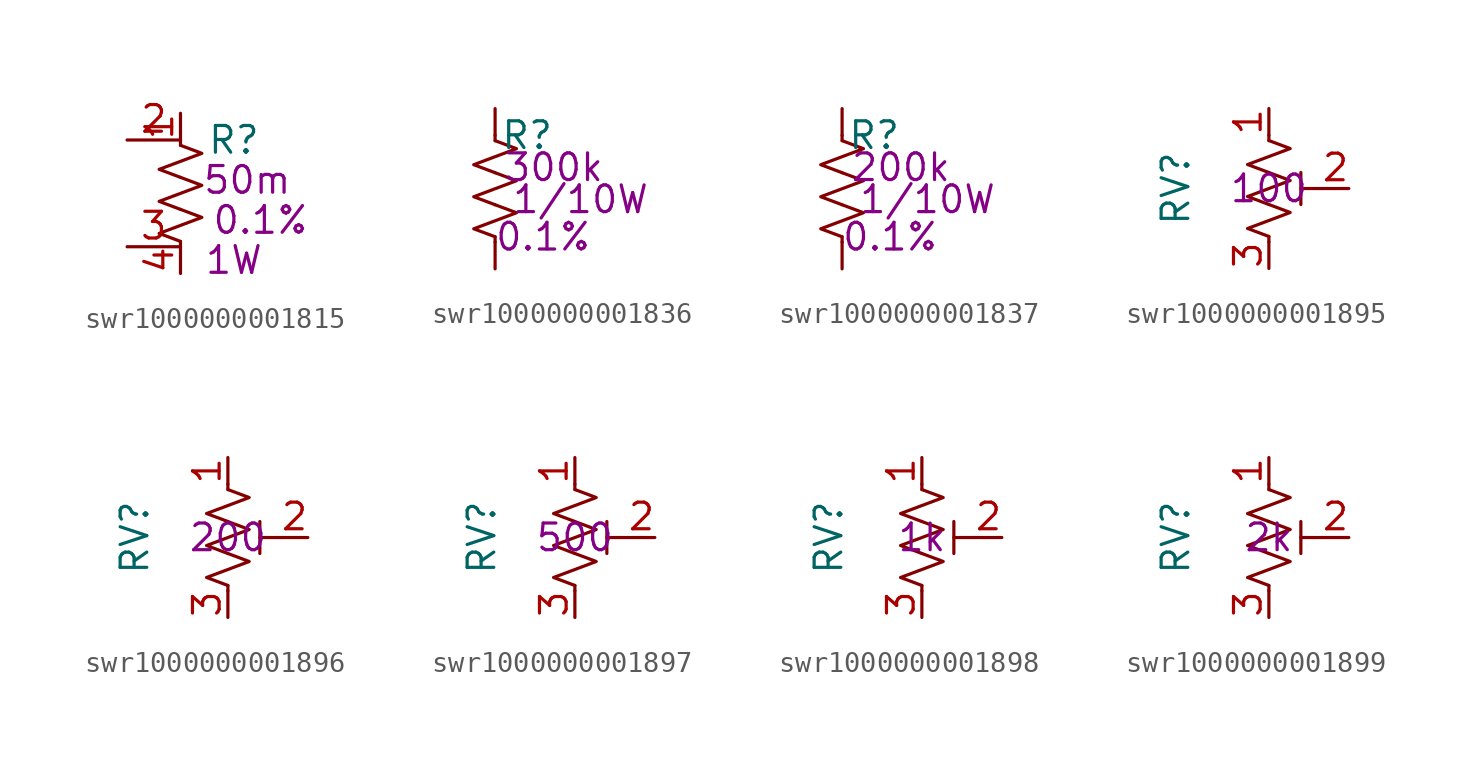
<source format=kicad_sym>
(kicad_symbol_lib
  (version 20211014)
  (generator kicad_symbol_editor)
  (symbol "swr1000000001815"
    (pin_names
      (offset 1.016))
    (property "Reference" "R"
      (at 2.54 2.54 0)
      (effects (font (size 1.27 1.27))))
    (property "Tolerance" "0.1%"
      (at 3.81 -1.27 0)
      (effects (font (size 1.27 1.27))))
    (property "Wattage" "1W"
      (at 2.54 -3.175 0)
      (effects (font (size 1.27 1.27))))
    (property "PartValue" "50m"
      (at 3.175 0.635 0)
      (effects (font (size 1.27 1.27))))
    (symbol "swr1000000001815_1_1"
      (polyline (pts (xy 0 -2.286) (xy 0 -2.54)) (stroke (width 0) (type default) (color 0 0 0 0)) (fill (type none)))
      (polyline (pts (xy 0 2.286) (xy 0 2.54)) (stroke (width 0) (type default) (color 0 0 0 0)) (fill (type none)))
      (polyline (pts (xy 0 -0.762) (xy 1.016 -1.143) (xy 0 -1.524) (xy -1.016 -1.905) (xy 0 -2.286)) (stroke (width 0) (type default) (color 0 0 0 0)) (fill (type none)))
      (polyline (pts (xy 0 0.762) (xy 1.016 0.381) (xy 0 0) (xy -1.016 -0.381) (xy 0 -0.762)) (stroke (width 0) (type default) (color 0 0 0 0)) (fill (type none)))
      (polyline (pts (xy 0 2.286) (xy 1.016 1.905) (xy 0 1.524) (xy -1.016 1.143) (xy 0 0.762)) (stroke (width 0) (type default) (color 0 0 0 0)) (fill (type none)))
      (pin passive line (at 0 3.81 270) (length 1.27) (name "~" (effects (font (size 1.27 1.27)))) (number "1" (effects (font (size 1.27 1.27)))))
      (pin passive line (at -2.54 2.54 0) (length 2.54) (name "~" (effects (font (size 1.27 1.27)))) (number "2" (effects (font (size 1.27 1.27)))))
      (pin passive line (at -2.54 -2.54 0) (length 2.54) (name "~" (effects (font (size 1.27 1.27)))) (number "3" (effects (font (size 1.27 1.27)))))
      (pin passive line (at 0 -3.81 90) (length 1.27) (name "~" (effects (font (size 1.27 1.27)))) (number "4" (effects (font (size 1.27 1.27)))))))
  (symbol "swr1000000001836"
    (pin_numbers hide)
    (pin_names
      (offset 1.016))
    (property "Reference" "R"
      (at 1.524 2.54 0)
      (effects (font (size 1.27 1.27))))
    (property "Tolerance" "0.1%"
      (at 2.286 -2.286 0)
      (effects (font (size 1.27 1.27))))
    (property "Wattage" "1/10W"
      (at 4.064 -0.508 0)
      (effects (font (size 1.27 1.27))))
    (property "PartValue" "300k"
      (at 2.794 1.016 0)
      (effects (font (size 1.27 1.27))))
    (symbol "swr1000000001836_1_1"
      (polyline (pts (xy 0 -2.286) (xy 0 -2.54)) (stroke (width 0) (type default) (color 0 0 0 0)) (fill (type none)))
      (polyline (pts (xy 0 2.286) (xy 0 2.54)) (stroke (width 0) (type default) (color 0 0 0 0)) (fill (type none)))
      (polyline (pts (xy 0 -0.762) (xy 1.016 -1.143) (xy 0 -1.524) (xy -1.016 -1.905) (xy 0 -2.286)) (stroke (width 0) (type default) (color 0 0 0 0)) (fill (type none)))
      (polyline (pts (xy 0 0.762) (xy 1.016 0.381) (xy 0 0) (xy -1.016 -0.381) (xy 0 -0.762)) (stroke (width 0) (type default) (color 0 0 0 0)) (fill (type none)))
      (polyline (pts (xy 0 2.286) (xy 1.016 1.905) (xy 0 1.524) (xy -1.016 1.143) (xy 0 0.762)) (stroke (width 0) (type default) (color 0 0 0 0)) (fill (type none)))
      (pin passive line (at 0 3.81 270) (length 1.27) (name "~" (effects (font (size 1.27 1.27)))) (number "1" (effects (font (size 1.27 1.27)))))
      (pin passive line (at 0 -3.81 90) (length 1.27) (name "~" (effects (font (size 1.27 1.27)))) (number "2" (effects (font (size 1.27 1.27)))))))
  (symbol "swr1000000001837"
    (pin_numbers hide)
    (pin_names
      (offset 1.016))
    (property "Reference" "R"
      (at 1.524 2.54 0)
      (effects (font (size 1.27 1.27))))
    (property "Tolerance" "0.1%"
      (at 2.286 -2.286 0)
      (effects (font (size 1.27 1.27))))
    (property "Wattage" "1/10W"
      (at 4.064 -0.508 0)
      (effects (font (size 1.27 1.27))))
    (property "PartValue" "200k"
      (at 2.794 1.016 0)
      (effects (font (size 1.27 1.27))))
    (symbol "swr1000000001837_1_1"
      (polyline (pts (xy 0 -2.286) (xy 0 -2.54)) (stroke (width 0) (type default) (color 0 0 0 0)) (fill (type none)))
      (polyline (pts (xy 0 2.286) (xy 0 2.54)) (stroke (width 0) (type default) (color 0 0 0 0)) (fill (type none)))
      (polyline (pts (xy 0 -0.762) (xy 1.016 -1.143) (xy 0 -1.524) (xy -1.016 -1.905) (xy 0 -2.286)) (stroke (width 0) (type default) (color 0 0 0 0)) (fill (type none)))
      (polyline (pts (xy 0 0.762) (xy 1.016 0.381) (xy 0 0) (xy -1.016 -0.381) (xy 0 -0.762)) (stroke (width 0) (type default) (color 0 0 0 0)) (fill (type none)))
      (polyline (pts (xy 0 2.286) (xy 1.016 1.905) (xy 0 1.524) (xy -1.016 1.143) (xy 0 0.762)) (stroke (width 0) (type default) (color 0 0 0 0)) (fill (type none)))
      (pin passive line (at 0 3.81 270) (length 1.27) (name "~" (effects (font (size 1.27 1.27)))) (number "1" (effects (font (size 1.27 1.27)))))
      (pin passive line (at 0 -3.81 90) (length 1.27) (name "~" (effects (font (size 1.27 1.27)))) (number "2" (effects (font (size 1.27 1.27)))))))
  (symbol "swr1000000001895"
    (pin_names
      (offset 1.016) hide)
    (property "Reference" "RV"
      (at -4.445 0 90)
      (effects (font (size 1.27 1.27))))
    (property "Field4" "100"
      (at 0 0 0)
      (effects (font (size 1.27 1.27))))
    (symbol "swr1000000001895_0_1"
      (polyline (pts (xy 0 -2.286) (xy 0 -2.54)) (stroke (width 0) (type default) (color 0 0 0 0)) (fill (type none)))
      (polyline (pts (xy 0 2.286) (xy 0 2.54)) (stroke (width 0) (type default) (color 0 0 0 0)) (fill (type none)))
      (polyline (pts (xy 1.524 0.762) (xy 1.524 -0.762)) (stroke (width 0) (type default) (color 0 0 0 0)) (fill (type none)))
      (polyline (pts (xy 2.54 0) (xy 1.524 0)) (stroke (width 0) (type default) (color 0 0 0 0)) (fill (type none)))
      (polyline (pts (xy 0 -0.762) (xy 1.016 -1.143) (xy 0 -1.524) (xy -1.016 -1.905) (xy 0 -2.286)) (stroke (width 0) (type default) (color 0 0 0 0)) (fill (type none)))
      (polyline (pts (xy 0 0.762) (xy 1.016 0.381) (xy 0 0) (xy -1.016 -0.381) (xy 0 -0.762)) (stroke (width 0) (type default) (color 0 0 0 0)) (fill (type none)))
      (polyline (pts (xy 0 2.286) (xy 1.016 1.905) (xy 0 1.524) (xy -1.016 1.143) (xy 0 0.762)) (stroke (width 0) (type default) (color 0 0 0 0)) (fill (type none))))
    (symbol "swr1000000001895_1_1"
      (pin passive line (at 0 3.81 270) (length 1.27) (name "1" (effects (font (size 1.27 1.27)))) (number "1" (effects (font (size 1.27 1.27)))))
      (pin passive line (at 3.81 0 180) (length 1.27) (name "2" (effects (font (size 1.27 1.27)))) (number "2" (effects (font (size 1.27 1.27)))))
      (pin passive line (at 0 -3.81 90) (length 1.27) (name "3" (effects (font (size 1.27 1.27)))) (number "3" (effects (font (size 1.27 1.27)))))))
  (symbol "swr1000000001896"
    (pin_names
      (offset 1.016) hide)
    (property "Reference" "RV"
      (at -4.445 0 90)
      (effects (font (size 1.27 1.27))))
    (property "Field4" "200"
      (at 0 0 0)
      (effects (font (size 1.27 1.27))))
    (symbol "swr1000000001896_0_1"
      (polyline (pts (xy 0 -2.286) (xy 0 -2.54)) (stroke (width 0) (type default) (color 0 0 0 0)) (fill (type none)))
      (polyline (pts (xy 0 2.286) (xy 0 2.54)) (stroke (width 0) (type default) (color 0 0 0 0)) (fill (type none)))
      (polyline (pts (xy 1.524 0.762) (xy 1.524 -0.762)) (stroke (width 0) (type default) (color 0 0 0 0)) (fill (type none)))
      (polyline (pts (xy 2.54 0) (xy 1.524 0)) (stroke (width 0) (type default) (color 0 0 0 0)) (fill (type none)))
      (polyline (pts (xy 0 -0.762) (xy 1.016 -1.143) (xy 0 -1.524) (xy -1.016 -1.905) (xy 0 -2.286)) (stroke (width 0) (type default) (color 0 0 0 0)) (fill (type none)))
      (polyline (pts (xy 0 0.762) (xy 1.016 0.381) (xy 0 0) (xy -1.016 -0.381) (xy 0 -0.762)) (stroke (width 0) (type default) (color 0 0 0 0)) (fill (type none)))
      (polyline (pts (xy 0 2.286) (xy 1.016 1.905) (xy 0 1.524) (xy -1.016 1.143) (xy 0 0.762)) (stroke (width 0) (type default) (color 0 0 0 0)) (fill (type none))))
    (symbol "swr1000000001896_1_1"
      (pin passive line (at 0 3.81 270) (length 1.27) (name "1" (effects (font (size 1.27 1.27)))) (number "1" (effects (font (size 1.27 1.27)))))
      (pin passive line (at 3.81 0 180) (length 1.27) (name "2" (effects (font (size 1.27 1.27)))) (number "2" (effects (font (size 1.27 1.27)))))
      (pin passive line (at 0 -3.81 90) (length 1.27) (name "3" (effects (font (size 1.27 1.27)))) (number "3" (effects (font (size 1.27 1.27)))))))
  (symbol "swr1000000001897"
    (pin_names
      (offset 1.016) hide)
    (property "Reference" "RV"
      (at -4.445 0 90)
      (effects (font (size 1.27 1.27))))
    (property "Field4" "500"
      (at 0 0 0)
      (effects (font (size 1.27 1.27))))
    (symbol "swr1000000001897_0_1"
      (polyline (pts (xy 0 -2.286) (xy 0 -2.54)) (stroke (width 0) (type default) (color 0 0 0 0)) (fill (type none)))
      (polyline (pts (xy 0 2.286) (xy 0 2.54)) (stroke (width 0) (type default) (color 0 0 0 0)) (fill (type none)))
      (polyline (pts (xy 1.524 0.762) (xy 1.524 -0.762)) (stroke (width 0) (type default) (color 0 0 0 0)) (fill (type none)))
      (polyline (pts (xy 2.54 0) (xy 1.524 0)) (stroke (width 0) (type default) (color 0 0 0 0)) (fill (type none)))
      (polyline (pts (xy 0 -0.762) (xy 1.016 -1.143) (xy 0 -1.524) (xy -1.016 -1.905) (xy 0 -2.286)) (stroke (width 0) (type default) (color 0 0 0 0)) (fill (type none)))
      (polyline (pts (xy 0 0.762) (xy 1.016 0.381) (xy 0 0) (xy -1.016 -0.381) (xy 0 -0.762)) (stroke (width 0) (type default) (color 0 0 0 0)) (fill (type none)))
      (polyline (pts (xy 0 2.286) (xy 1.016 1.905) (xy 0 1.524) (xy -1.016 1.143) (xy 0 0.762)) (stroke (width 0) (type default) (color 0 0 0 0)) (fill (type none))))
    (symbol "swr1000000001897_1_1"
      (pin passive line (at 0 3.81 270) (length 1.27) (name "1" (effects (font (size 1.27 1.27)))) (number "1" (effects (font (size 1.27 1.27)))))
      (pin passive line (at 3.81 0 180) (length 1.27) (name "2" (effects (font (size 1.27 1.27)))) (number "2" (effects (font (size 1.27 1.27)))))
      (pin passive line (at 0 -3.81 90) (length 1.27) (name "3" (effects (font (size 1.27 1.27)))) (number "3" (effects (font (size 1.27 1.27)))))))
  (symbol "swr1000000001898"
    (pin_names
      (offset 1.016) hide)
    (property "Reference" "RV"
      (at -4.445 0 90)
      (effects (font (size 1.27 1.27))))
    (property "Field4" "1k"
      (at 0 0 0)
      (effects (font (size 1.27 1.27))))
    (symbol "swr1000000001898_0_1"
      (polyline (pts (xy 0 -2.286) (xy 0 -2.54)) (stroke (width 0) (type default) (color 0 0 0 0)) (fill (type none)))
      (polyline (pts (xy 0 2.286) (xy 0 2.54)) (stroke (width 0) (type default) (color 0 0 0 0)) (fill (type none)))
      (polyline (pts (xy 1.524 0.762) (xy 1.524 -0.762)) (stroke (width 0) (type default) (color 0 0 0 0)) (fill (type none)))
      (polyline (pts (xy 2.54 0) (xy 1.524 0)) (stroke (width 0) (type default) (color 0 0 0 0)) (fill (type none)))
      (polyline (pts (xy 0 -0.762) (xy 1.016 -1.143) (xy 0 -1.524) (xy -1.016 -1.905) (xy 0 -2.286)) (stroke (width 0) (type default) (color 0 0 0 0)) (fill (type none)))
      (polyline (pts (xy 0 0.762) (xy 1.016 0.381) (xy 0 0) (xy -1.016 -0.381) (xy 0 -0.762)) (stroke (width 0) (type default) (color 0 0 0 0)) (fill (type none)))
      (polyline (pts (xy 0 2.286) (xy 1.016 1.905) (xy 0 1.524) (xy -1.016 1.143) (xy 0 0.762)) (stroke (width 0) (type default) (color 0 0 0 0)) (fill (type none))))
    (symbol "swr1000000001898_1_1"
      (pin passive line (at 0 3.81 270) (length 1.27) (name "1" (effects (font (size 1.27 1.27)))) (number "1" (effects (font (size 1.27 1.27)))))
      (pin passive line (at 3.81 0 180) (length 1.27) (name "2" (effects (font (size 1.27 1.27)))) (number "2" (effects (font (size 1.27 1.27)))))
      (pin passive line (at 0 -3.81 90) (length 1.27) (name "3" (effects (font (size 1.27 1.27)))) (number "3" (effects (font (size 1.27 1.27)))))))
  (symbol "swr1000000001899"
    (pin_names
      (offset 1.016) hide)
    (property "Reference" "RV"
      (at -4.445 0 90)
      (effects (font (size 1.27 1.27))))
    (property "Field4" "2k"
      (at 0 0 0)
      (effects (font (size 1.27 1.27))))
    (symbol "swr1000000001899_0_1"
      (polyline (pts (xy 0 -2.286) (xy 0 -2.54)) (stroke (width 0) (type default) (color 0 0 0 0)) (fill (type none)))
      (polyline (pts (xy 0 2.286) (xy 0 2.54)) (stroke (width 0) (type default) (color 0 0 0 0)) (fill (type none)))
      (polyline (pts (xy 1.524 0.762) (xy 1.524 -0.762)) (stroke (width 0) (type default) (color 0 0 0 0)) (fill (type none)))
      (polyline (pts (xy 2.54 0) (xy 1.524 0)) (stroke (width 0) (type default) (color 0 0 0 0)) (fill (type none)))
      (polyline (pts (xy 0 -0.762) (xy 1.016 -1.143) (xy 0 -1.524) (xy -1.016 -1.905) (xy 0 -2.286)) (stroke (width 0) (type default) (color 0 0 0 0)) (fill (type none)))
      (polyline (pts (xy 0 0.762) (xy 1.016 0.381) (xy 0 0) (xy -1.016 -0.381) (xy 0 -0.762)) (stroke (width 0) (type default) (color 0 0 0 0)) (fill (type none)))
      (polyline (pts (xy 0 2.286) (xy 1.016 1.905) (xy 0 1.524) (xy -1.016 1.143) (xy 0 0.762)) (stroke (width 0) (type default) (color 0 0 0 0)) (fill (type none))))
    (symbol "swr1000000001899_1_1"
      (pin passive line (at 0 3.81 270) (length 1.27) (name "1" (effects (font (size 1.27 1.27)))) (number "1" (effects (font (size 1.27 1.27)))))
      (pin passive line (at 3.81 0 180) (length 1.27) (name "2" (effects (font (size 1.27 1.27)))) (number "2" (effects (font (size 1.27 1.27)))))
      (pin passive line (at 0 -3.81 90) (length 1.27) (name "3" (effects (font (size 1.27 1.27)))) (number "3" (effects (font (size 1.27 1.27))))))))
</source>
